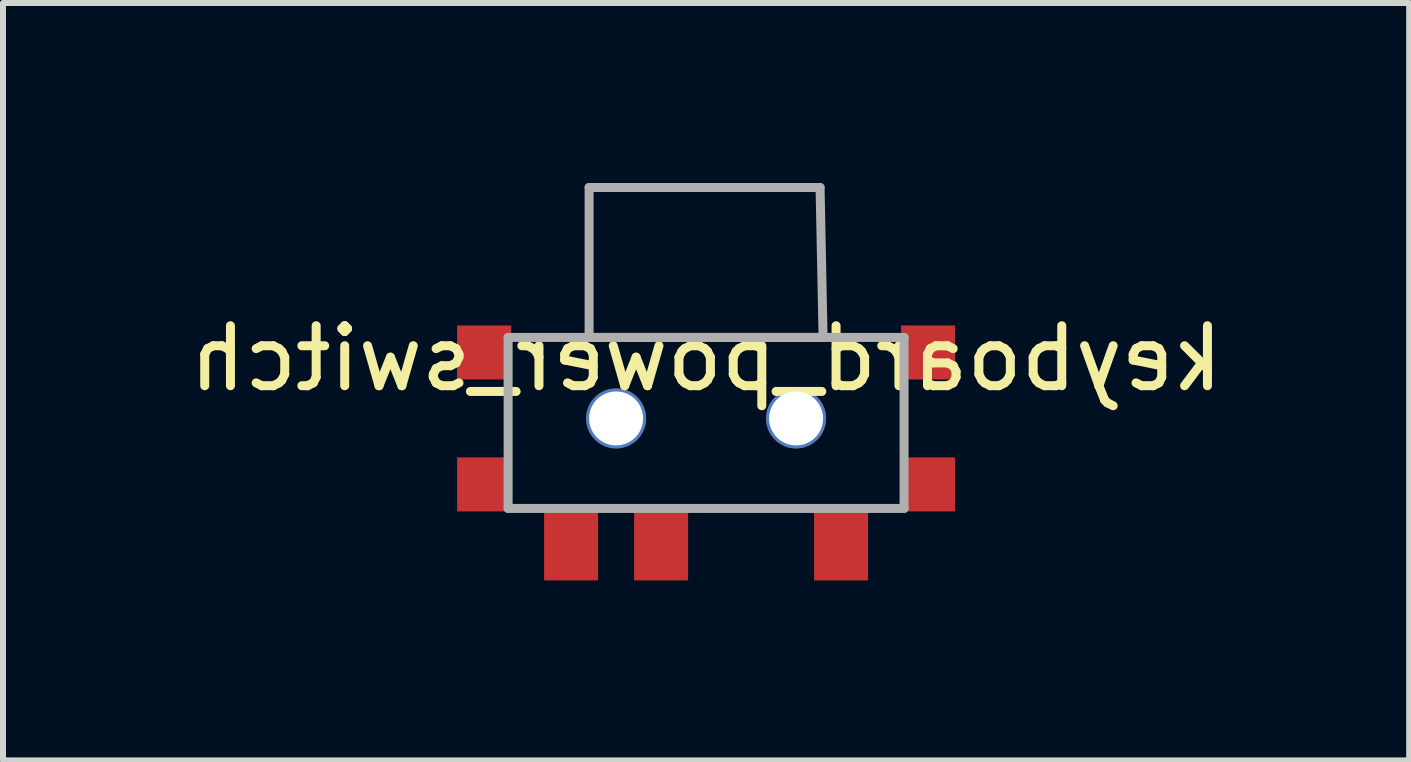
<source format=kicad_pcb>
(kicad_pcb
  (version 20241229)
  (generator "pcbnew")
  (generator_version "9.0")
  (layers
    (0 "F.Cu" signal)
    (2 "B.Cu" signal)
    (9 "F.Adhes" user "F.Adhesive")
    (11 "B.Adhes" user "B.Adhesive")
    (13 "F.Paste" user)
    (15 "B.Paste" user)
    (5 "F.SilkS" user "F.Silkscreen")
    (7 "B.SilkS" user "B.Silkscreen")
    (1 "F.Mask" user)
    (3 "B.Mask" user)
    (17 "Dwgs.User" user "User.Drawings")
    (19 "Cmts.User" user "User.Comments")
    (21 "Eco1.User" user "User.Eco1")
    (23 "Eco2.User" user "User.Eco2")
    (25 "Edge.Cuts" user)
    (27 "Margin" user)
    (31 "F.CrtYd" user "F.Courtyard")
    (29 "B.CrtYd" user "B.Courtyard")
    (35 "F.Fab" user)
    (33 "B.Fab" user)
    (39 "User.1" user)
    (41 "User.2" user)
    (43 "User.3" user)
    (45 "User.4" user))
  (footprint "keyboard_power_switch"
    (layer "F.Cu")
    (at 8.72 3.925)
    (property "Reference" "keyboard_power_switch" (at 0 -1 0) (layer "F.SilkS") (effects (font (size 1 1) (thickness 0.15)) (justify mirror)))
    (attr through_hole)
    (fp_line (start -3.3 -1.35) (end -3.3 1.5) (stroke (width 0.15) (type solid)) (layer "F.Fab"))
    (fp_line (start -3.3 1.5) (end 3.3 1.5) (stroke (width 0.15) (type solid)) (layer "F.Fab"))
    (fp_line (start -1.95 -3.85) (end 0 -3.85) (stroke (width 0.15) (type solid)) (layer "F.Fab"))
    (fp_line (start -1.95 -1.35) (end -1.95 -3.85) (stroke (width 0.15) (type solid)) (layer "F.Fab"))
    (fp_line (start 0 -3.85) (end 1.9 -3.85) (stroke (width 0.15) (type solid)) (layer "F.Fab"))
    (fp_line (start 0 -1.35) (end -3.3 -1.35) (stroke (width 0.15) (type solid)) (layer "F.Fab"))
    (fp_line (start 0 -1.35) (end 3.3 -1.35) (stroke (width 0.15) (type solid)) (layer "F.Fab"))
    (fp_line (start 1.9 -3.85) (end 1.95 -1.35) (stroke (width 0.15) (type solid)) (layer "F.Fab"))
    (fp_line (start 1.95 -1.35) (end -1.95 -1.35) (stroke (width 0.15) (type solid)) (layer "F.Fab"))
    (fp_line (start 3.3 1.5) (end 3.3 -1.35) (stroke (width 0.15) (type solid)) (layer "F.Fab"))
    (pad "" np_thru_hole circle (at -1.5 0) (size 1 1) (drill 0.9) (layers "*.Cu" "*.Mask"))
    (pad "" np_thru_hole circle (at 1.5 0) (size 1 1) (drill 0.9) (layers "*.Cu" "*.Mask"))
    (pad "0" smd rect (at -3.7 -1.1) (size 0.9 0.9) (layers "F.Cu" "F.Mask" "F.Paste"))
    (pad "0" smd rect (at -3.7 1.1) (size 0.9 0.9) (layers "F.Cu" "F.Mask" "F.Paste"))
    (pad "0" smd rect (at 3.7 -1.1) (size 0.9 0.9) (layers "F.Cu" "F.Mask" "F.Paste"))
    (pad "0" smd rect (at 3.7 1.1) (size 0.9 0.9) (layers "F.Cu" "F.Mask" "F.Paste"))
    (pad "1" smd rect (at 2.25 2.075) (size 0.9 1.25) (layers "F.Cu" "F.Mask" "F.Paste"))
    (pad "2" smd rect (at -0.75 2.075) (size 0.9 1.25) (layers "F.Cu" "F.Mask" "F.Paste"))
    (pad "3" smd rect (at -2.25 2.075) (size 0.9 1.25) (layers "F.Cu" "F.Mask" "F.Paste")))
  (gr_rect
    (start -3 -3)
    (end 20.44 9.625)
    (stroke (width 0.1) (type default))
    (fill no)
    (layer "Edge.Cuts")))
</source>
